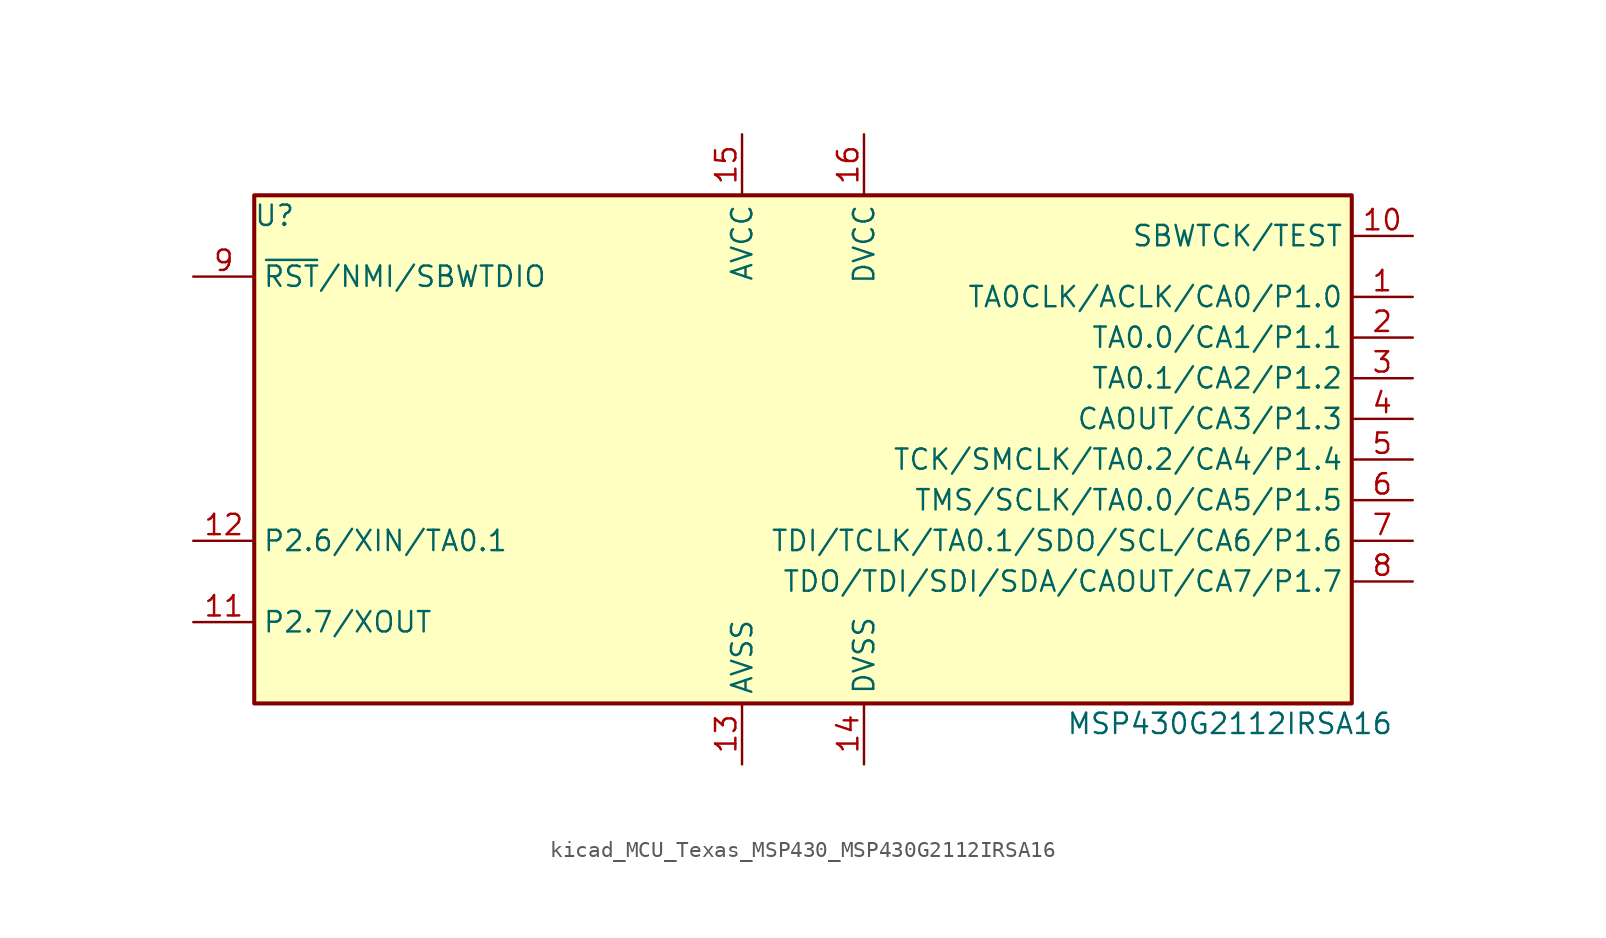
<source format=kicad_sym>
(kicad_symbol_lib
  (version 20220914)
  (generator kicad_symbol_editor)
  (symbol "kicad_MCU_Texas_MSP430_MSP430G2112IRSA16"
    (property "Reference" "U"
      (at -33.02 15.24 0)
      (effects (font (size 1.27 1.27))))
    (property "Value" "MSP430G2112IRSA16"
      (at 26.67 -16.51 0)
      (effects (font (size 1.27 1.27))))
    (symbol "kicad_MCU_Texas_MSP430_MSP430G2112IRSA16_0_1"
      (rectangle (start -34.29 16.51) (end 34.29 -15.24) (stroke (width 0.254) (type default)) (fill (type background))))
    (symbol "kicad_MCU_Texas_MSP430_MSP430G2112IRSA16_1_1"
      (pin bidirectional line (at 38.1 10.16 180) (length 3.81) (name "TA0CLK/ACLK/CA0/P1.0" (effects (font (size 1.27 1.27)))) (number "1" (effects (font (size 1.27 1.27)))))
      (pin input line (at 38.1 13.97 180) (length 3.81) (name "SBWTCK/TEST" (effects (font (size 1.27 1.27)))) (number "10" (effects (font (size 1.27 1.27)))))
      (pin bidirectional line (at -38.1 -10.16 0) (length 3.81) (name "P2.7/XOUT" (effects (font (size 1.27 1.27)))) (number "11" (effects (font (size 1.27 1.27)))))
      (pin bidirectional line (at -38.1 -5.08 0) (length 3.81) (name "P2.6/XIN/TA0.1" (effects (font (size 1.27 1.27)))) (number "12" (effects (font (size 1.27 1.27)))))
      (pin power_in line (at -3.81 -19.05 90) (length 3.81) (name "AVSS" (effects (font (size 1.27 1.27)))) (number "13" (effects (font (size 1.27 1.27)))))
      (pin power_in line (at 3.81 -19.05 90) (length 3.81) (name "DVSS" (effects (font (size 1.27 1.27)))) (number "14" (effects (font (size 1.27 1.27)))))
      (pin power_in line (at -3.81 20.32 270) (length 3.81) (name "AVCC" (effects (font (size 1.27 1.27)))) (number "15" (effects (font (size 1.27 1.27)))))
      (pin power_in line (at 3.81 20.32 270) (length 3.81) (name "DVCC" (effects (font (size 1.27 1.27)))) (number "16" (effects (font (size 1.27 1.27)))))
      (pin bidirectional line (at 38.1 7.62 180) (length 3.81) (name "TA0.0/CA1/P1.1" (effects (font (size 1.27 1.27)))) (number "2" (effects (font (size 1.27 1.27)))))
      (pin bidirectional line (at 38.1 5.08 180) (length 3.81) (name "TA0.1/CA2/P1.2" (effects (font (size 1.27 1.27)))) (number "3" (effects (font (size 1.27 1.27)))))
      (pin bidirectional line (at 38.1 2.54 180) (length 3.81) (name "CAOUT/CA3/P1.3" (effects (font (size 1.27 1.27)))) (number "4" (effects (font (size 1.27 1.27)))))
      (pin bidirectional line (at 38.1 0 180) (length 3.81) (name "TCK/SMCLK/TA0.2/CA4/P1.4" (effects (font (size 1.27 1.27)))) (number "5" (effects (font (size 1.27 1.27)))))
      (pin bidirectional line (at 38.1 -2.54 180) (length 3.81) (name "TMS/SCLK/TA0.0/CA5/P1.5" (effects (font (size 1.27 1.27)))) (number "6" (effects (font (size 1.27 1.27)))))
      (pin bidirectional line (at 38.1 -5.08 180) (length 3.81) (name "TDI/TCLK/TA0.1/SDO/SCL/CA6/P1.6" (effects (font (size 1.27 1.27)))) (number "7" (effects (font (size 1.27 1.27)))))
      (pin bidirectional line (at 38.1 -7.62 180) (length 3.81) (name "TDO/TDI/SDI/SDA/CAOUT/CA7/P1.7" (effects (font (size 1.27 1.27)))) (number "8" (effects (font (size 1.27 1.27)))))
      (pin input line (at -38.1 11.43 0) (length 3.81) (name "~{RST}/NMI/SBWTDIO" (effects (font (size 1.27 1.27)))) (number "9" (effects (font (size 1.27 1.27))))))))
</source>
